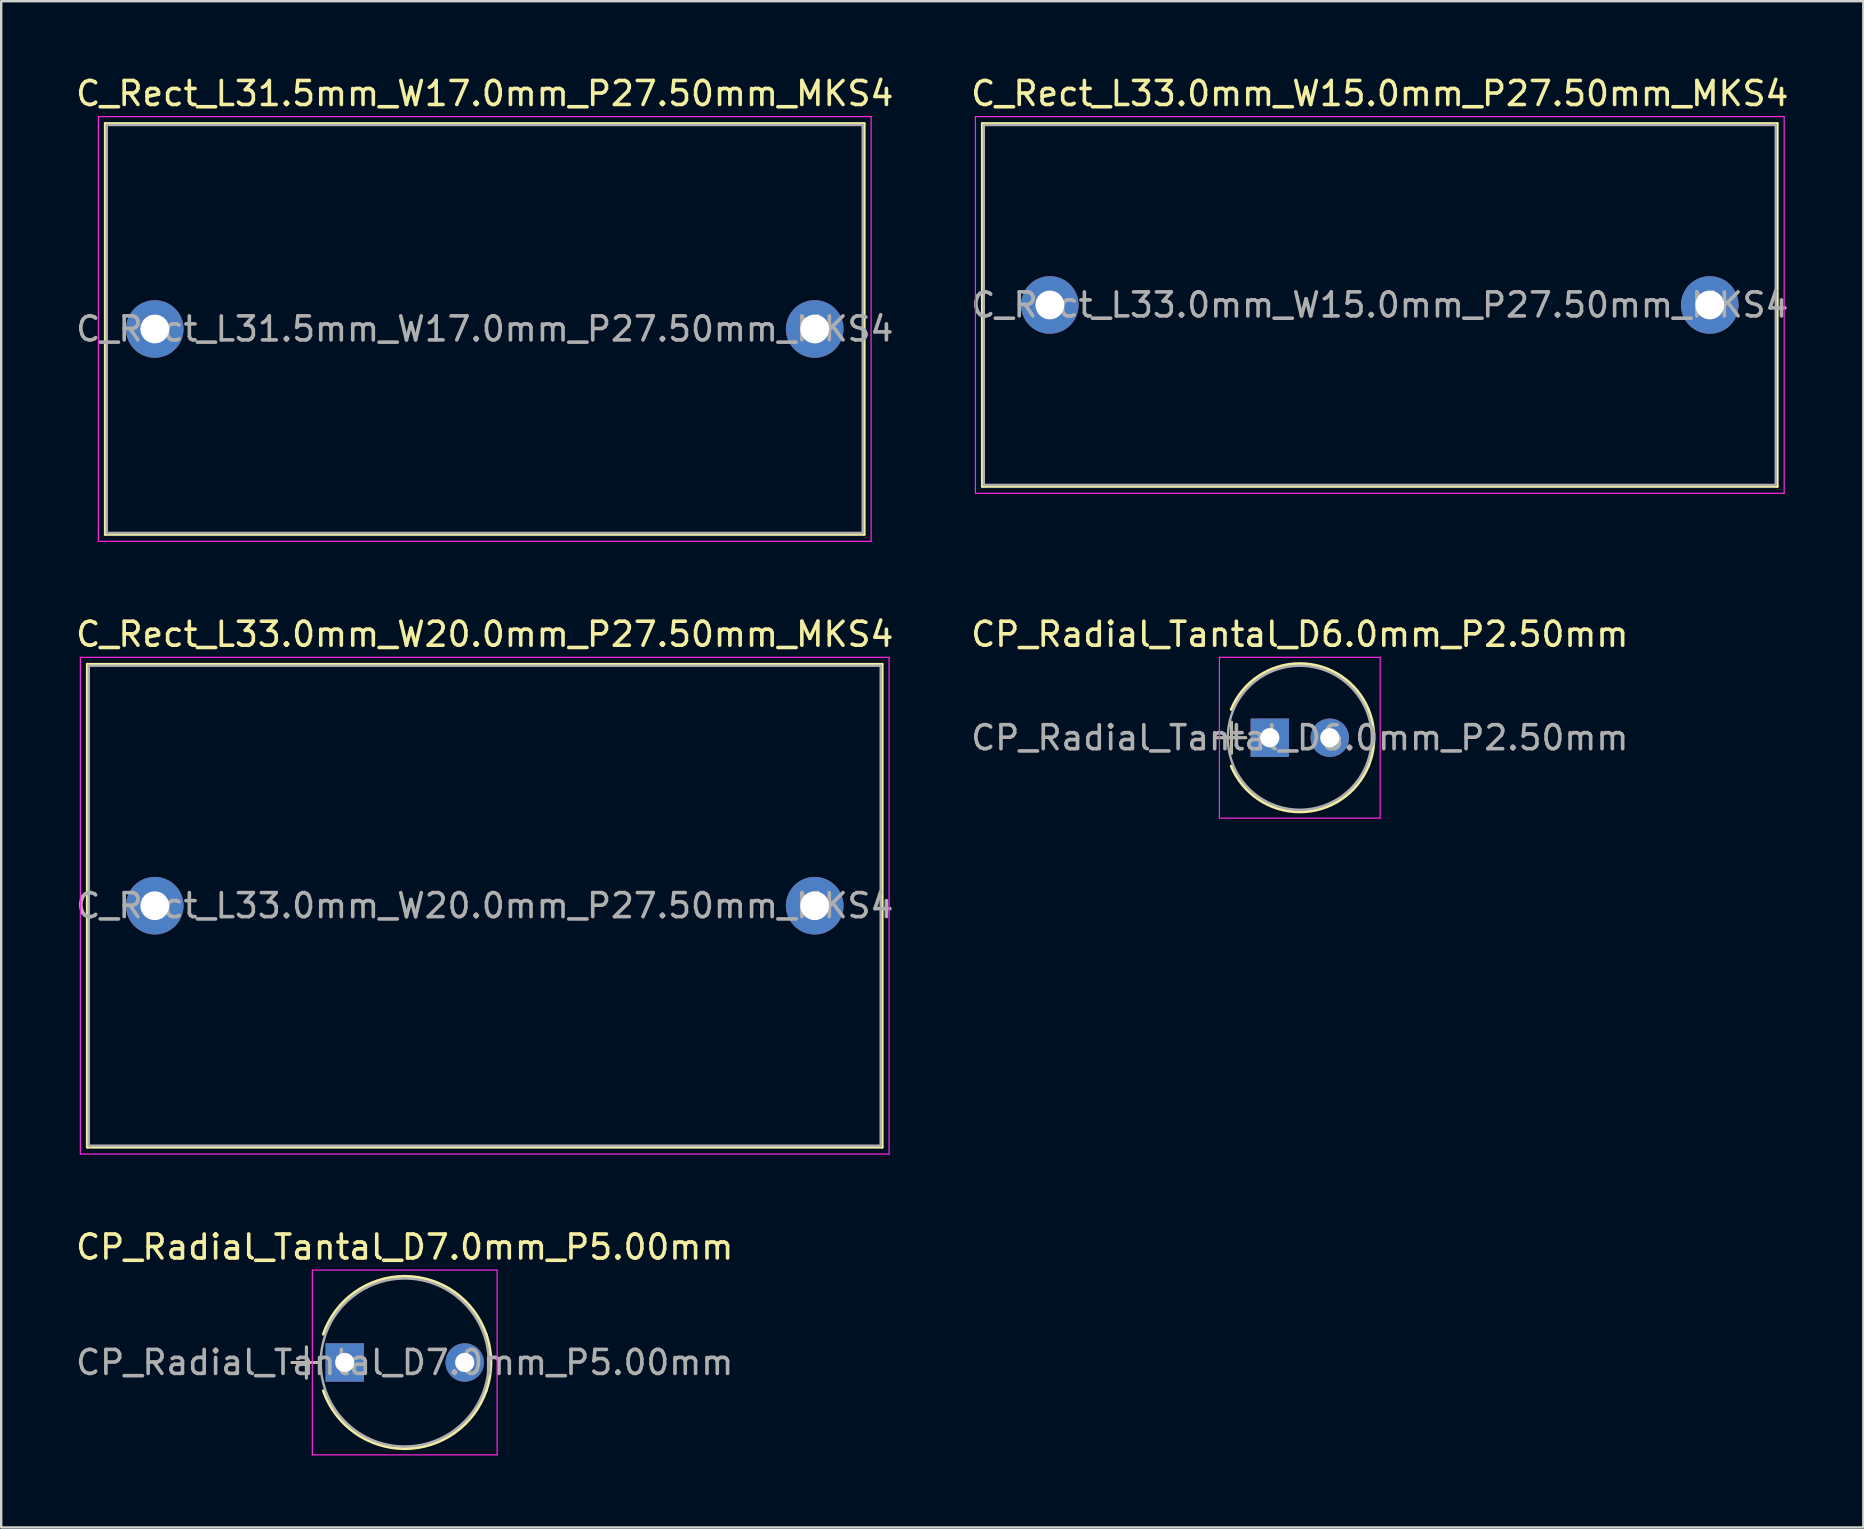
<source format=kicad_pcb>
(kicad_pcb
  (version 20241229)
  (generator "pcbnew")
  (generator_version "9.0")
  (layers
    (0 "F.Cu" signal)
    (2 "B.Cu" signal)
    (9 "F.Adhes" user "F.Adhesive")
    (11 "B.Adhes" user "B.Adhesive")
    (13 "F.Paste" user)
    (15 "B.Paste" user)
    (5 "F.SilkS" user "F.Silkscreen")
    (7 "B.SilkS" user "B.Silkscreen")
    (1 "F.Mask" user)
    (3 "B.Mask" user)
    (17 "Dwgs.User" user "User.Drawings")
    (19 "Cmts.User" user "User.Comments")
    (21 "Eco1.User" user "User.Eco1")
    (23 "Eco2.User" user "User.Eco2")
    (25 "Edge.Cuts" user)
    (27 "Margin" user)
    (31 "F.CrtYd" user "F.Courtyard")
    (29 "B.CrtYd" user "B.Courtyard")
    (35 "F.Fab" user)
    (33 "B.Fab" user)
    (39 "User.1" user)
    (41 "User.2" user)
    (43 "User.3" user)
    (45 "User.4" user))
  (footprint "C_Rect_L31.5mm_W17.0mm_P27.50mm_MKS4"
    (layer "F.Cu")
    (at 3.399 10.658)
    (property "Reference" "C_Rect_L31.5mm_W17.0mm_P27.50mm_MKS4" (at 13.75 -9.81 0) (layer "F.SilkS") (effects (font (size 1 1) (thickness 0.15))))
    (attr through_hole)
    (fp_line (start -2.06 -8.56) (end -2.06 8.56) (stroke (width 0.12) (type solid)) (layer "F.SilkS"))
    (fp_line (start -2.06 -8.56) (end 29.56 -8.56) (stroke (width 0.12) (type solid)) (layer "F.SilkS"))
    (fp_line (start -2.06 8.56) (end 29.56 8.56) (stroke (width 0.12) (type solid)) (layer "F.SilkS"))
    (fp_line (start 29.56 -8.56) (end 29.56 8.56) (stroke (width 0.12) (type solid)) (layer "F.SilkS"))
    (fp_line (start -2.35 -8.85) (end -2.35 8.85) (stroke (width 0.05) (type solid)) (layer "F.CrtYd"))
    (fp_line (start -2.35 8.85) (end 29.85 8.85) (stroke (width 0.05) (type solid)) (layer "F.CrtYd"))
    (fp_line (start 29.85 -8.85) (end -2.35 -8.85) (stroke (width 0.05) (type solid)) (layer "F.CrtYd"))
    (fp_line (start 29.85 8.85) (end 29.85 -8.85) (stroke (width 0.05) (type solid)) (layer "F.CrtYd"))
    (fp_line (start -2 -8.5) (end -2 8.5) (stroke (width 0.1) (type solid)) (layer "F.Fab"))
    (fp_line (start -2 8.5) (end 29.5 8.5) (stroke (width 0.1) (type solid)) (layer "F.Fab"))
    (fp_line (start 29.5 -8.5) (end -2 -8.5) (stroke (width 0.1) (type solid)) (layer "F.Fab"))
    (fp_line (start 29.5 8.5) (end 29.5 -8.5) (stroke (width 0.1) (type solid)) (layer "F.Fab"))
    (fp_text user "${REFERENCE}" (at 13.75 0 0) (layer "F.Fab") (effects (font (size 1 1) (thickness 0.15))))
    (pad "1" thru_hole circle (at 0 0) (size 2.4 2.4) (drill 1.2) (layers "*.Cu" "*.Mask"))
    (pad "2" thru_hole circle (at 27.5 0) (size 2.4 2.4) (drill 1.2) (layers "*.Cu" "*.Mask")))
  (footprint "C_Rect_L33.0mm_W20.0mm_P27.50mm_MKS4"
    (layer "F.Cu")
    (at 3.399 34.691)
    (property "Reference" "C_Rect_L33.0mm_W20.0mm_P27.50mm_MKS4" (at 13.75 -11.31 0) (layer "F.SilkS") (effects (font (size 1 1) (thickness 0.15))))
    (attr through_hole)
    (fp_line (start -2.81 -10.06) (end -2.81 10.06) (stroke (width 0.12) (type solid)) (layer "F.SilkS"))
    (fp_line (start -2.81 -10.06) (end 30.31 -10.06) (stroke (width 0.12) (type solid)) (layer "F.SilkS"))
    (fp_line (start -2.81 10.06) (end 30.31 10.06) (stroke (width 0.12) (type solid)) (layer "F.SilkS"))
    (fp_line (start 30.31 -10.06) (end 30.31 10.06) (stroke (width 0.12) (type solid)) (layer "F.SilkS"))
    (fp_line (start -3.1 -10.35) (end -3.1 10.35) (stroke (width 0.05) (type solid)) (layer "F.CrtYd"))
    (fp_line (start -3.1 10.35) (end 30.6 10.35) (stroke (width 0.05) (type solid)) (layer "F.CrtYd"))
    (fp_line (start 30.6 -10.35) (end -3.1 -10.35) (stroke (width 0.05) (type solid)) (layer "F.CrtYd"))
    (fp_line (start 30.6 10.35) (end 30.6 -10.35) (stroke (width 0.05) (type solid)) (layer "F.CrtYd"))
    (fp_line (start -2.75 -10) (end -2.75 10) (stroke (width 0.1) (type solid)) (layer "F.Fab"))
    (fp_line (start -2.75 10) (end 30.25 10) (stroke (width 0.1) (type solid)) (layer "F.Fab"))
    (fp_line (start 30.25 -10) (end -2.75 -10) (stroke (width 0.1) (type solid)) (layer "F.Fab"))
    (fp_line (start 30.25 10) (end 30.25 -10) (stroke (width 0.1) (type solid)) (layer "F.Fab"))
    (fp_text user "${REFERENCE}" (at 13.75 0 0) (layer "F.Fab") (effects (font (size 1 1) (thickness 0.15))))
    (pad "1" thru_hole circle (at 0 0) (size 2.4 2.4) (drill 1.2) (layers "*.Cu" "*.Mask"))
    (pad "2" thru_hole circle (at 27.5 0) (size 2.4 2.4) (drill 1.2) (layers "*.Cu" "*.Mask")))
  (footprint "CP_Radial_Tantal_D7.0mm_P5.00mm"
    (layer "F.Cu")
    (at 11.315 53.725)
    (property "Reference" "CP_Radial_Tantal_D7.0mm_P5.00mm" (at 2.5 -4.81 0) (layer "F.SilkS") (effects (font (size 1 1) (thickness 0.15))))
    (attr through_hole)
    (fp_line (start -2.2 0) (end -1 0) (stroke (width 0.12) (type solid)) (layer "F.SilkS"))
    (fp_line (start -1.6 -0.65) (end -1.6 0.65) (stroke (width 0.12) (type solid)) (layer "F.SilkS"))
    (fp_arc (start -0.890531 -1.18) (mid 2.499331 -3.59) (end 5.890091 -1.181263) (stroke (width 0.12) (type solid)) (layer "F.SilkS"))
    (fp_arc (start 5.890091 1.181263) (mid 2.499331 3.59) (end -0.890531 1.18) (stroke (width 0.12) (type solid)) (layer "F.SilkS"))
    (fp_arc (start 5.890531 -1.18) (mid 6.09 0.000669) (end 5.890091 1.181263) (stroke (width 0.12) (type solid)) (layer "F.SilkS"))
    (fp_line (start -1.35 -3.85) (end -1.35 3.85) (stroke (width 0.05) (type solid)) (layer "F.CrtYd"))
    (fp_line (start -1.35 3.85) (end 6.35 3.85) (stroke (width 0.05) (type solid)) (layer "F.CrtYd"))
    (fp_line (start 6.35 -3.85) (end -1.35 -3.85) (stroke (width 0.05) (type solid)) (layer "F.CrtYd"))
    (fp_line (start 6.35 3.85) (end 6.35 -3.85) (stroke (width 0.05) (type solid)) (layer "F.CrtYd"))
    (fp_line (start -2.2 0) (end -1 0) (stroke (width 0.1) (type solid)) (layer "F.Fab"))
    (fp_line (start -1.6 -0.65) (end -1.6 0.65) (stroke (width 0.1) (type solid)) (layer "F.Fab"))
    (fp_circle (center 2.5 0) (end 6 0) (stroke (width 0.1) (type solid)) (fill no) (layer "F.Fab"))
    (fp_text user "${REFERENCE}" (at 2.5 0 0) (layer "F.Fab") (effects (font (size 1 1) (thickness 0.15))))
    (pad "1" thru_hole rect (at 0 0) (size 1.6 1.6) (drill 0.8) (layers "*.Cu" "*.Mask"))
    (pad "2" thru_hole circle (at 5 0) (size 1.6 1.6) (drill 0.8) (layers "*.Cu" "*.Mask")))
  (footprint "C_Rect_L33.0mm_W15.0mm_P27.50mm_MKS4"
    (layer "F.Cu")
    (at 40.696 9.658)
    (property "Reference" "C_Rect_L33.0mm_W15.0mm_P27.50mm_MKS4" (at 13.75 -8.81 0) (layer "F.SilkS") (effects (font (size 1 1) (thickness 0.15))))
    (attr through_hole)
    (fp_line (start -2.81 -7.56) (end -2.81 7.56) (stroke (width 0.12) (type solid)) (layer "F.SilkS"))
    (fp_line (start -2.81 -7.56) (end 30.31 -7.56) (stroke (width 0.12) (type solid)) (layer "F.SilkS"))
    (fp_line (start -2.81 7.56) (end 30.31 7.56) (stroke (width 0.12) (type solid)) (layer "F.SilkS"))
    (fp_line (start 30.31 -7.56) (end 30.31 7.56) (stroke (width 0.12) (type solid)) (layer "F.SilkS"))
    (fp_line (start -3.1 -7.85) (end -3.1 7.85) (stroke (width 0.05) (type solid)) (layer "F.CrtYd"))
    (fp_line (start -3.1 7.85) (end 30.6 7.85) (stroke (width 0.05) (type solid)) (layer "F.CrtYd"))
    (fp_line (start 30.6 -7.85) (end -3.1 -7.85) (stroke (width 0.05) (type solid)) (layer "F.CrtYd"))
    (fp_line (start 30.6 7.85) (end 30.6 -7.85) (stroke (width 0.05) (type solid)) (layer "F.CrtYd"))
    (fp_line (start -2.75 -7.5) (end -2.75 7.5) (stroke (width 0.1) (type solid)) (layer "F.Fab"))
    (fp_line (start -2.75 7.5) (end 30.25 7.5) (stroke (width 0.1) (type solid)) (layer "F.Fab"))
    (fp_line (start 30.25 -7.5) (end -2.75 -7.5) (stroke (width 0.1) (type solid)) (layer "F.Fab"))
    (fp_line (start 30.25 7.5) (end 30.25 -7.5) (stroke (width 0.1) (type solid)) (layer "F.Fab"))
    (fp_text user "${REFERENCE}" (at 13.75 0 0) (layer "F.Fab") (effects (font (size 1 1) (thickness 0.15))))
    (pad "1" thru_hole circle (at 0 0) (size 2.4 2.4) (drill 1.2) (layers "*.Cu" "*.Mask"))
    (pad "2" thru_hole circle (at 27.5 0) (size 2.4 2.4) (drill 1.2) (layers "*.Cu" "*.Mask")))
  (footprint "CP_Radial_Tantal_D6.0mm_P2.50mm"
    (layer "F.Cu")
    (at 49.863 27.692)
    (property "Reference" "CP_Radial_Tantal_D6.0mm_P2.50mm" (at 1.25 -4.31 0) (layer "F.SilkS") (effects (font (size 1 1) (thickness 0.15))))
    (attr through_hole)
    (fp_line (start -2.2 0) (end -1 0) (stroke (width 0.12) (type solid)) (layer "F.SilkS"))
    (fp_line (start -1.6 -0.65) (end -1.6 0.65) (stroke (width 0.12) (type solid)) (layer "F.SilkS"))
    (fp_arc (start -1.605819 -1.18) (mid 1.25 -3.09) (end 4.105819 -1.18) (stroke (width 0.12) (type solid)) (layer "F.SilkS"))
    (fp_arc (start 4.105819 -1.18) (mid 4.34 0) (end 4.105819 1.18) (stroke (width 0.12) (type solid)) (layer "F.SilkS"))
    (fp_arc (start 4.105819 1.18) (mid 1.25 3.09) (end -1.605819 1.18) (stroke (width 0.12) (type solid)) (layer "F.SilkS"))
    (fp_line (start -2.1 -3.35) (end -2.1 3.35) (stroke (width 0.05) (type solid)) (layer "F.CrtYd"))
    (fp_line (start -2.1 3.35) (end 4.6 3.35) (stroke (width 0.05) (type solid)) (layer "F.CrtYd"))
    (fp_line (start 4.6 -3.35) (end -2.1 -3.35) (stroke (width 0.05) (type solid)) (layer "F.CrtYd"))
    (fp_line (start 4.6 3.35) (end 4.6 -3.35) (stroke (width 0.05) (type solid)) (layer "F.CrtYd"))
    (fp_line (start -2.2 0) (end -1 0) (stroke (width 0.1) (type solid)) (layer "F.Fab"))
    (fp_line (start -1.6 -0.65) (end -1.6 0.65) (stroke (width 0.1) (type solid)) (layer "F.Fab"))
    (fp_circle (center 1.25 0) (end 4.25 0) (stroke (width 0.1) (type solid)) (fill no) (layer "F.Fab"))
    (fp_text user "${REFERENCE}" (at 1.25 0 0) (layer "F.Fab") (effects (font (size 1 1) (thickness 0.15))))
    (pad "1" thru_hole rect (at 0 0) (size 1.6 1.6) (drill 0.8) (layers "*.Cu" "*.Mask"))
    (pad "2" thru_hole circle (at 2.5 0) (size 1.6 1.6) (drill 0.8) (layers "*.Cu" "*.Mask")))
  (gr_rect
    (start -3 -3)
    (end 74.595 60.6)
    (stroke (width 0.1) (type default))
    (fill no)
    (layer "Edge.Cuts")))
</source>
